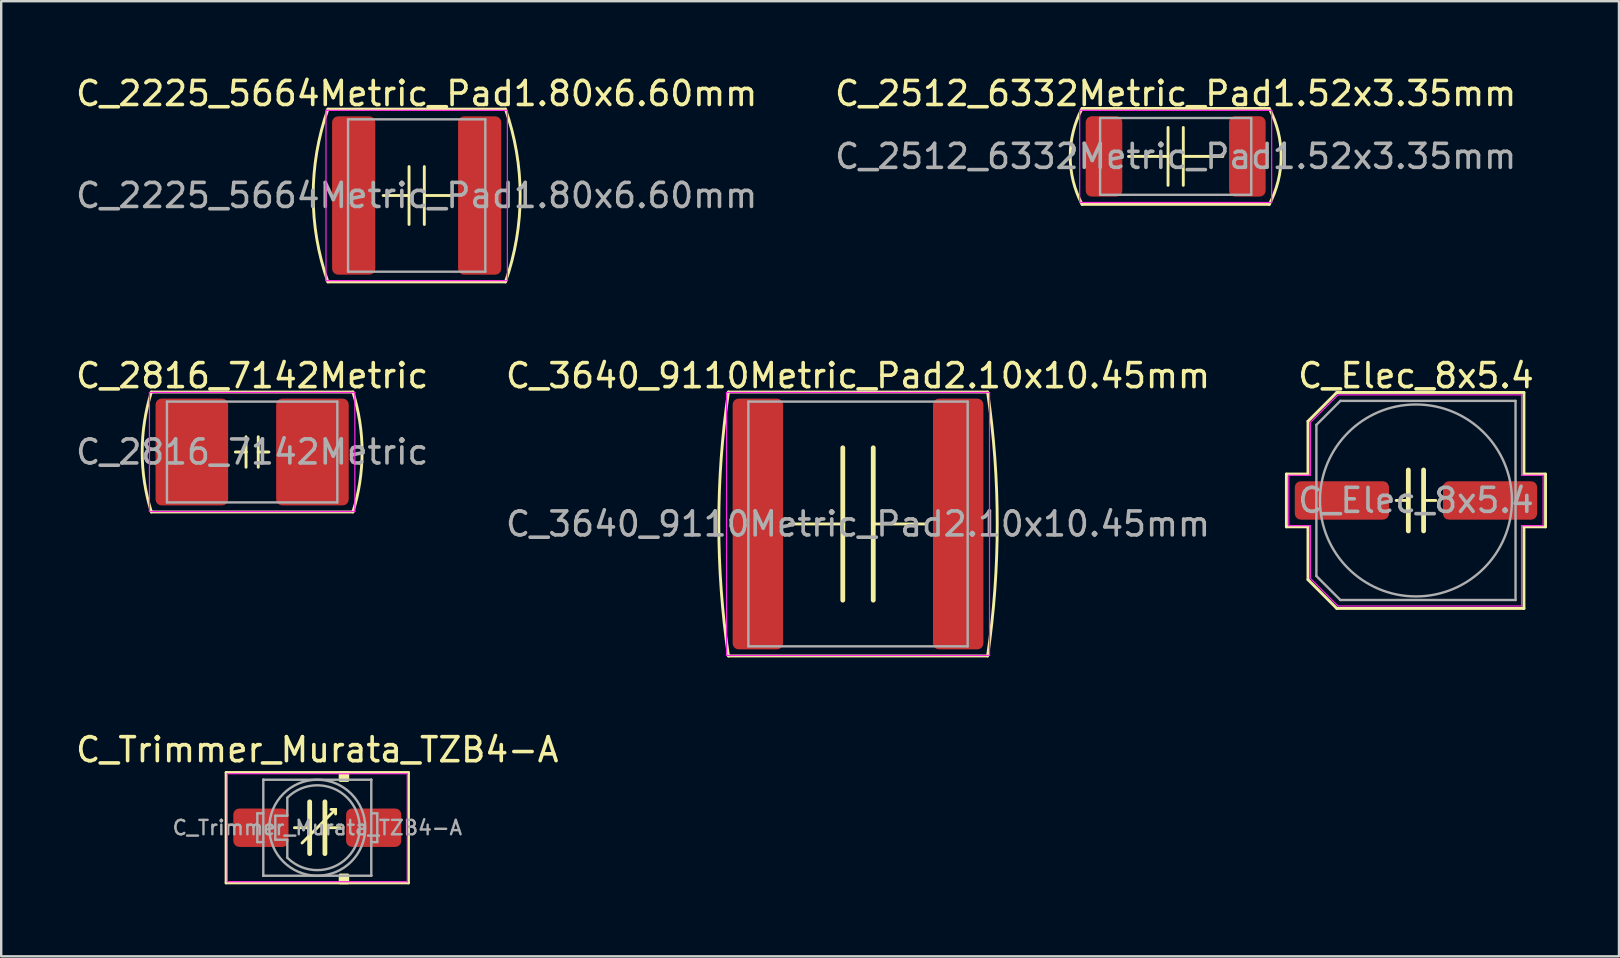
<source format=kicad_pcb>
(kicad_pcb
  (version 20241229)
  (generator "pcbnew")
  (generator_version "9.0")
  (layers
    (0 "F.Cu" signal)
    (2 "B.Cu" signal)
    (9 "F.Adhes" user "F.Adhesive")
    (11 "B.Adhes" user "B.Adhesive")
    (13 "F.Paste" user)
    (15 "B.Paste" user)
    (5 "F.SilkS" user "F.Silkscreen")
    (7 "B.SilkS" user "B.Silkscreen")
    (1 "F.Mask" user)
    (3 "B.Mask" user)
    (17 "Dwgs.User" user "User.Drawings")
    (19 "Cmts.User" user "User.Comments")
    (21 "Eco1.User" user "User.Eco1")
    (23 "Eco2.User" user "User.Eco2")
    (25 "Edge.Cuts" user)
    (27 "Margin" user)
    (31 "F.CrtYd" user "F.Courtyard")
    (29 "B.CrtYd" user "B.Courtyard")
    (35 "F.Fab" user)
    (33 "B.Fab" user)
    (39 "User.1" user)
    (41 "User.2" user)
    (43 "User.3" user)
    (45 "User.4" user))
  (footprint "C_Elec_8x5.4"
    (layer "F.Cu")
    (at 55.96 17.806)
    (property "Reference" "C_Elec_8x5.4" (at 0 -5.2 0) (layer "F.SilkS") (effects (font (size 1 1) (thickness 0.15))))
    (attr smd)
    (fp_line (start -5.4 -1.1) (end -5.4 1.1) (stroke (width 0.12) (type solid)) (layer "F.SilkS"))
    (fp_line (start -5.4 1.1) (end -4.5 1.1) (stroke (width 0.12) (type solid)) (layer "F.SilkS"))
    (fp_line (start -4.5 -3.3) (end -4.5 -1.1) (stroke (width 0.12) (type solid)) (layer "F.SilkS"))
    (fp_line (start -4.5 -1.1) (end -5.4 -1.1) (stroke (width 0.12) (type solid)) (layer "F.SilkS"))
    (fp_line (start -4.5 1.1) (end -4.5 3.3) (stroke (width 0.12) (type solid)) (layer "F.SilkS"))
    (fp_line (start -4.5 3.3) (end -3.3 4.5) (stroke (width 0.12) (type solid)) (layer "F.SilkS"))
    (fp_line (start -3.3 -4.5) (end -4.5 -3.3) (stroke (width 0.12) (type solid)) (layer "F.SilkS"))
    (fp_line (start -3.3 4.5) (end 4.5 4.5) (stroke (width 0.12) (type solid)) (layer "F.SilkS"))
    (fp_line (start -0.318 -1.27) (end -0.318 1.27) (stroke (width 0.2) (type solid)) (layer "F.SilkS"))
    (fp_line (start -0.318 0) (end -0.826 0) (stroke (width 0.12) (type solid)) (layer "F.SilkS"))
    (fp_line (start 0.318 -1.27) (end 0.318 1.27) (stroke (width 0.2) (type solid)) (layer "F.SilkS"))
    (fp_line (start 0.318 0) (end 0.826 0) (stroke (width 0.12) (type solid)) (layer "F.SilkS"))
    (fp_line (start 4.5 -4.5) (end -3.3 -4.5) (stroke (width 0.12) (type solid)) (layer "F.SilkS"))
    (fp_line (start 4.5 -1.1) (end 4.5 -4.5) (stroke (width 0.12) (type solid)) (layer "F.SilkS"))
    (fp_line (start 4.5 1.1) (end 5.4 1.1) (stroke (width 0.12) (type solid)) (layer "F.SilkS"))
    (fp_line (start 4.5 4.5) (end 4.5 1.1) (stroke (width 0.12) (type solid)) (layer "F.SilkS"))
    (fp_line (start 5.4 -1.1) (end 4.5 -1.1) (stroke (width 0.12) (type solid)) (layer "F.SilkS"))
    (fp_line (start 5.4 1.1) (end 5.4 -1.1) (stroke (width 0.12) (type solid)) (layer "F.SilkS"))
    (fp_line (start -5.3 -1.05) (end -5.3 1.05) (stroke (width 0.05) (type solid)) (layer "F.CrtYd"))
    (fp_line (start -5.3 1.05) (end -4.4 1.05) (stroke (width 0.05) (type solid)) (layer "F.CrtYd"))
    (fp_line (start -4.4 -3.25) (end -4.4 -1.05) (stroke (width 0.05) (type solid)) (layer "F.CrtYd"))
    (fp_line (start -4.4 -3.25) (end -3.25 -4.4) (stroke (width 0.05) (type solid)) (layer "F.CrtYd"))
    (fp_line (start -4.4 -1.05) (end -5.3 -1.05) (stroke (width 0.05) (type solid)) (layer "F.CrtYd"))
    (fp_line (start -4.4 1.05) (end -4.4 3.25) (stroke (width 0.05) (type solid)) (layer "F.CrtYd"))
    (fp_line (start -4.4 3.25) (end -3.25 4.4) (stroke (width 0.05) (type solid)) (layer "F.CrtYd"))
    (fp_line (start -3.25 -4.4) (end 4.4 -4.4) (stroke (width 0.05) (type solid)) (layer "F.CrtYd"))
    (fp_line (start -3.25 4.4) (end 4.4 4.4) (stroke (width 0.05) (type solid)) (layer "F.CrtYd"))
    (fp_line (start 4.4 -4.4) (end 4.4 -1.05) (stroke (width 0.05) (type solid)) (layer "F.CrtYd"))
    (fp_line (start 4.4 -1.05) (end 5.3 -1.05) (stroke (width 0.05) (type solid)) (layer "F.CrtYd"))
    (fp_line (start 4.4 1.05) (end 4.4 4.4) (stroke (width 0.05) (type solid)) (layer "F.CrtYd"))
    (fp_line (start 5.3 -1.05) (end 5.3 1.05) (stroke (width 0.05) (type solid)) (layer "F.CrtYd"))
    (fp_line (start 5.3 1.05) (end 4.4 1.05) (stroke (width 0.05) (type solid)) (layer "F.CrtYd"))
    (fp_line (start -4.15 -3.15) (end -4.15 3.15) (stroke (width 0.1) (type solid)) (layer "F.Fab"))
    (fp_line (start -4.15 -3.15) (end -3.15 -4.15) (stroke (width 0.1) (type solid)) (layer "F.Fab"))
    (fp_line (start -4.15 3.15) (end -3.15 4.15) (stroke (width 0.1) (type solid)) (layer "F.Fab"))
    (fp_line (start -3.15 -4.15) (end 4.15 -4.15) (stroke (width 0.1) (type solid)) (layer "F.Fab"))
    (fp_line (start -3.15 4.15) (end 4.15 4.15) (stroke (width 0.1) (type solid)) (layer "F.Fab"))
    (fp_line (start 4.15 -4.15) (end 4.15 4.15) (stroke (width 0.1) (type solid)) (layer "F.Fab"))
    (fp_circle (center 0 0) (end 4 0) (stroke (width 0.1) (type solid)) (fill no) (layer "F.Fab"))
    (fp_text user "${REFERENCE}" (at 0 0 0) (layer "F.Fab") (effects (font (size 1 1) (thickness 0.15))))
    (pad "1" smd roundrect (at -3.087 0) (size 3.925 1.6) (layers "F.Cu" "F.Mask" "F.Paste") (roundrect_rratio 0.156))
    (pad "2" smd roundrect (at 3.087 0) (size 3.925 1.6) (layers "F.Cu" "F.Mask" "F.Paste") (roundrect_rratio 0.156)))
  (footprint "C_2225_5664Metric_Pad1.80x6.60mm"
    (layer "F.Cu")
    (at 14.315 5.098)
    (property "Reference" "C_2225_5664Metric_Pad1.80x6.60mm" (at 0 -4.25 0) (layer "F.SilkS") (effects (font (size 1 1) (thickness 0.15))))
    (attr smd)
    (fp_line (start -3.7 3.6) (end 3.7 3.6) (stroke (width 0.12) (type solid)) (layer "F.SilkS"))
    (fp_line (start -0.318 -1.206) (end -0.318 1.206) (stroke (width 0.12) (type solid)) (layer "F.SilkS"))
    (fp_line (start -0.318 0) (end -1.397 0) (stroke (width 0.12) (type solid)) (layer "F.SilkS"))
    (fp_line (start 0.318 -1.206) (end 0.318 1.206) (stroke (width 0.12) (type solid)) (layer "F.SilkS"))
    (fp_line (start 0.318 0) (end 1.397 0) (stroke (width 0.12) (type solid)) (layer "F.SilkS"))
    (fp_line (start 3.7 -3.6) (end -3.7 -3.6) (stroke (width 0.12) (type solid)) (layer "F.SilkS"))
    (fp_arc (start -3.7 3.6) (mid -4.314017 0) (end -3.7 -3.6) (stroke (width 0.12) (type solid)) (layer "F.SilkS"))
    (fp_arc (start 3.7 -3.6) (mid 4.314017 0) (end 3.7 3.6) (stroke (width 0.12) (type solid)) (layer "F.SilkS"))
    (fp_line (start -3.78 -3.55) (end 3.78 -3.55) (stroke (width 0.05) (type solid)) (layer "F.CrtYd"))
    (fp_line (start -3.78 3.55) (end -3.78 -3.55) (stroke (width 0.05) (type solid)) (layer "F.CrtYd"))
    (fp_line (start 3.78 -3.55) (end 3.78 3.55) (stroke (width 0.05) (type solid)) (layer "F.CrtYd"))
    (fp_line (start 3.78 3.55) (end -3.78 3.55) (stroke (width 0.05) (type solid)) (layer "F.CrtYd"))
    (fp_line (start -2.86 -3.175) (end 2.86 -3.175) (stroke (width 0.1) (type solid)) (layer "F.Fab"))
    (fp_line (start -2.86 3.175) (end -2.86 -3.175) (stroke (width 0.1) (type solid)) (layer "F.Fab"))
    (fp_line (start 2.86 -3.175) (end 2.86 3.175) (stroke (width 0.1) (type solid)) (layer "F.Fab"))
    (fp_line (start 2.86 3.175) (end -2.86 3.175) (stroke (width 0.1) (type solid)) (layer "F.Fab"))
    (fp_text user "${REFERENCE}" (at 0 0 0) (layer "F.Fab") (effects (font (size 1 1) (thickness 0.15))))
    (pad "1" smd roundrect (at -2.625 0) (size 1.8 6.6) (layers "F.Cu" "F.Mask" "F.Paste") (roundrect_rratio 0.139))
    (pad "2" smd roundrect (at 2.625 0) (size 1.8 6.6) (layers "F.Cu" "F.Mask" "F.Paste") (roundrect_rratio 0.139)))
  (footprint "C_2512_6332Metric_Pad1.52x3.35mm"
    (layer "F.Cu")
    (at 45.946 3.468)
    (property "Reference" "C_2512_6332Metric_Pad1.52x3.35mm" (at 0 -2.62 0) (layer "F.SilkS") (effects (font (size 1 1) (thickness 0.15))))
    (attr smd)
    (fp_line (start -3.9 2) (end 3.9 2) (stroke (width 0.12) (type solid)) (layer "F.SilkS"))
    (fp_line (start -0.318 -1.206) (end -0.318 1.206) (stroke (width 0.12) (type solid)) (layer "F.SilkS"))
    (fp_line (start -0.318 0) (end -1.968 0) (stroke (width 0.12) (type solid)) (layer "F.SilkS"))
    (fp_line (start 0.318 -1.206) (end 0.318 1.206) (stroke (width 0.12) (type solid)) (layer "F.SilkS"))
    (fp_line (start 0.318 0) (end 1.968 0) (stroke (width 0.12) (type solid)) (layer "F.SilkS"))
    (fp_line (start 1.46 -2) (end -3.9 -2) (stroke (width 0.12) (type solid)) (layer "F.SilkS"))
    (fp_line (start 3.9 -2) (end 1.46 -2) (stroke (width 0.12) (type solid)) (layer "F.SilkS"))
    (fp_arc (start -3.9 2) (mid -4.395557 0) (end -3.9 -2) (stroke (width 0.12) (type solid)) (layer "F.SilkS"))
    (fp_arc (start 3.9 -2) (mid 4.395557 0) (end 3.9 2) (stroke (width 0.12) (type solid)) (layer "F.SilkS"))
    (fp_line (start -4 -1.92) (end 4 -1.92) (stroke (width 0.05) (type solid)) (layer "F.CrtYd"))
    (fp_line (start -4 1.92) (end -4 -1.92) (stroke (width 0.05) (type solid)) (layer "F.CrtYd"))
    (fp_line (start 4 -1.92) (end 4 1.92) (stroke (width 0.05) (type solid)) (layer "F.CrtYd"))
    (fp_line (start 4 1.92) (end -4 1.92) (stroke (width 0.05) (type solid)) (layer "F.CrtYd"))
    (fp_line (start -3.15 -1.6) (end 3.15 -1.6) (stroke (width 0.1) (type solid)) (layer "F.Fab"))
    (fp_line (start -3.15 1.6) (end -3.15 -1.6) (stroke (width 0.1) (type solid)) (layer "F.Fab"))
    (fp_line (start 3.15 -1.6) (end 3.15 1.6) (stroke (width 0.1) (type solid)) (layer "F.Fab"))
    (fp_line (start 3.15 1.6) (end -3.15 1.6) (stroke (width 0.1) (type solid)) (layer "F.Fab"))
    (fp_text user "${REFERENCE}" (at 0 0 0) (layer "F.Fab") (effects (font (size 1 1) (thickness 0.15))))
    (pad "1" smd roundrect (at -2.987 0) (size 1.525 3.35) (layers "F.Cu" "F.Mask" "F.Paste") (roundrect_rratio 0.164))
    (pad "2" smd roundrect (at 2.987 0) (size 1.525 3.35) (layers "F.Cu" "F.Mask" "F.Paste") (roundrect_rratio 0.164)))
  (footprint "C_Trimmer_Murata_TZB4-A"
    (layer "F.Cu")
    (at 10.173 31.445)
    (property "Reference" "C_Trimmer_Murata_TZB4-A" (at 0 -3.25 0) (layer "F.SilkS") (effects (font (size 1 1) (thickness 0.15))))
    (attr smd)
    (fp_line (start -3.8 -2.3) (end -3.8 2.3) (stroke (width 0.12) (type solid)) (layer "F.SilkS"))
    (fp_line (start -3.8 2.3) (end 3.8 2.3) (stroke (width 0.12) (type solid)) (layer "F.SilkS"))
    (fp_line (start -0.635 0.635) (end 0.762 -0.762) (stroke (width 0.12) (type solid)) (layer "F.SilkS"))
    (fp_line (start -0.318 -1.079) (end -0.318 1.079) (stroke (width 0.2) (type solid)) (layer "F.SilkS"))
    (fp_line (start -0.318 0) (end -0.953 0) (stroke (width 0.12) (type solid)) (layer "F.SilkS"))
    (fp_line (start 0.318 -1.079) (end 0.318 1.079) (stroke (width 0.2) (type solid)) (layer "F.SilkS"))
    (fp_line (start 0.762 -0.762) (end 0.572 -0.762) (stroke (width 0.12) (type solid)) (layer "F.SilkS"))
    (fp_line (start 0.762 -0.762) (end 0.762 -0.572) (stroke (width 0.12) (type solid)) (layer "F.SilkS"))
    (fp_line (start 0.953 0) (end 0.318 0) (stroke (width 0.12) (type solid)) (layer "F.SilkS"))
    (fp_line (start 3.8 -2.3) (end -3.8 -2.3) (stroke (width 0.12) (type solid)) (layer "F.SilkS"))
    (fp_line (start 3.8 2.3) (end 3.8 -2.3) (stroke (width 0.12) (type solid)) (layer "F.SilkS"))
    (fp_rect (start 0.953 -2.3) (end 1.27 -1.968) (stroke (width 0.12) (type solid)) (fill yes) (layer "F.SilkS"))
    (fp_rect (start 0.953 1.968) (end 1.27 2.3) (stroke (width 0.12) (type solid)) (fill yes) (layer "F.SilkS"))
    (fp_line (start -3.75 -2.25) (end -3.75 2.25) (stroke (width 0.05) (type solid)) (layer "F.CrtYd"))
    (fp_line (start -3.75 2.25) (end 3.75 2.25) (stroke (width 0.05) (type solid)) (layer "F.CrtYd"))
    (fp_line (start 3.75 -2.25) (end -3.75 -2.25) (stroke (width 0.05) (type solid)) (layer "F.CrtYd"))
    (fp_line (start 3.75 2.25) (end 3.75 -2.25) (stroke (width 0.05) (type solid)) (layer "F.CrtYd"))
    (fp_line (start -2.5 -0.6) (end -2.5 0.6) (stroke (width 0.1) (type solid)) (layer "F.Fab"))
    (fp_line (start -2.5 0.6) (end -2.25 0.6) (stroke (width 0.1) (type solid)) (layer "F.Fab"))
    (fp_line (start -2.25 -2) (end -2.24 -2) (stroke (width 0.1) (type solid)) (layer "F.Fab"))
    (fp_line (start -2.25 -1.99) (end -2.25 -2) (stroke (width 0.1) (type solid)) (layer "F.Fab"))
    (fp_line (start -2.25 -0.6) (end -2.5 -0.6) (stroke (width 0.1) (type solid)) (layer "F.Fab"))
    (fp_line (start -2.25 1.99) (end -2.25 -1.99) (stroke (width 0.1) (type solid)) (layer "F.Fab"))
    (fp_line (start -2.25 2) (end -2.25 1.99) (stroke (width 0.1) (type solid)) (layer "F.Fab"))
    (fp_line (start -2.24 -2) (end 2.24 -2) (stroke (width 0.1) (type solid)) (layer "F.Fab"))
    (fp_line (start -2.24 2) (end -2.25 2) (stroke (width 0.1) (type solid)) (layer "F.Fab"))
    (fp_line (start -1.75 -0.5) (end -1.75 0.5) (stroke (width 0.1) (type solid)) (layer "F.Fab"))
    (fp_line (start -1.75 -0.5) (end -1.25 -0.5) (stroke (width 0.1) (type solid)) (layer "F.Fab"))
    (fp_line (start -1.75 0.5) (end -1.25 0.5) (stroke (width 0.1) (type solid)) (layer "F.Fab"))
    (fp_line (start -1.25 -0.5) (end -1.25 -1.25) (stroke (width 0.1) (type solid)) (layer "F.Fab"))
    (fp_line (start -1.25 0.5) (end -1.25 1.25) (stroke (width 0.1) (type solid)) (layer "F.Fab"))
    (fp_line (start 2.24 -2) (end 2.25 -2) (stroke (width 0.1) (type solid)) (layer "F.Fab"))
    (fp_line (start 2.24 2) (end -2.24 2) (stroke (width 0.1) (type solid)) (layer "F.Fab"))
    (fp_line (start 2.25 -2) (end 2.25 -1.99) (stroke (width 0.1) (type solid)) (layer "F.Fab"))
    (fp_line (start 2.25 -1.99) (end 2.25 1.99) (stroke (width 0.1) (type solid)) (layer "F.Fab"))
    (fp_line (start 2.25 -0.6) (end 2.5 -0.6) (stroke (width 0.1) (type solid)) (layer "F.Fab"))
    (fp_line (start 2.25 1.99) (end 2.25 2) (stroke (width 0.1) (type solid)) (layer "F.Fab"))
    (fp_line (start 2.25 2) (end 2.24 2) (stroke (width 0.1) (type solid)) (layer "F.Fab"))
    (fp_line (start 2.5 -0.6) (end 2.5 0.6) (stroke (width 0.1) (type solid)) (layer "F.Fab"))
    (fp_line (start 2.5 0.6) (end 2.25 0.6) (stroke (width 0.1) (type solid)) (layer "F.Fab"))
    (fp_arc (start -1.249999 -1.249999) (mid 1.767766 0) (end -1.249999 1.249999) (stroke (width 0.1) (type solid)) (layer "F.Fab"))
    (fp_circle (center 0 0) (end 2 0) (stroke (width 0.1) (type solid)) (fill no) (layer "F.Fab"))
    (fp_text user "${REFERENCE}" (at 0 0 0) (layer "F.Fab") (effects (font (size 0.6 0.6) (thickness 0.1))))
    (pad "1" smd roundrect (at -2.35 0) (size 2.3 1.6) (layers "F.Cu" "F.Mask" "F.Paste") (roundrect_rratio 0.156))
    (pad "2" smd roundrect (at 2.35 0) (size 2.3 1.6) (layers "F.Cu" "F.Mask" "F.Paste") (roundrect_rratio 0.156)))
  (footprint "C_2816_7142Metric"
    (layer "F.Cu")
    (at 7.458 15.787)
    (property "Reference" "C_2816_7142Metric" (at 0 -3.18 0) (layer "F.SilkS") (effects (font (size 1 1) (thickness 0.15))))
    (attr smd)
    (fp_line (start -4.2 2.5) (end 4.2 2.5) (stroke (width 0.12) (type solid)) (layer "F.SilkS"))
    (fp_line (start -0.699 0) (end -0.254 0) (stroke (width 0.12) (type solid)) (layer "F.SilkS"))
    (fp_line (start -0.254 -0.635) (end -0.254 0) (stroke (width 0.12) (type solid)) (layer "F.SilkS"))
    (fp_line (start -0.254 0) (end -0.254 0.635) (stroke (width 0.12) (type solid)) (layer "F.SilkS"))
    (fp_line (start 0.254 -0.635) (end 0.254 0) (stroke (width 0.12) (type solid)) (layer "F.SilkS"))
    (fp_line (start 0.254 0) (end 0.254 0.635) (stroke (width 0.12) (type solid)) (layer "F.SilkS"))
    (fp_line (start 0.254 0) (end 0.699 0) (stroke (width 0.12) (type solid)) (layer "F.SilkS"))
    (fp_line (start 4.2 -2.5) (end -4.2 -2.5) (stroke (width 0.12) (type solid)) (layer "F.SilkS"))
    (fp_arc (start -4.2 2.5) (mid -4.582223 0) (end -4.2 -2.5) (stroke (width 0.12) (type solid)) (layer "F.SilkS"))
    (fp_arc (start 4.2 -2.5) (mid 4.582223 0) (end 4.2 2.5) (stroke (width 0.12) (type solid)) (layer "F.SilkS"))
    (fp_line (start -4.28 -2.48) (end 4.28 -2.48) (stroke (width 0.05) (type solid)) (layer "F.CrtYd"))
    (fp_line (start -4.28 2.48) (end -4.28 -2.48) (stroke (width 0.05) (type solid)) (layer "F.CrtYd"))
    (fp_line (start 4.28 -2.48) (end 4.28 2.48) (stroke (width 0.05) (type solid)) (layer "F.CrtYd"))
    (fp_line (start 4.28 2.48) (end -4.28 2.48) (stroke (width 0.05) (type solid)) (layer "F.CrtYd"))
    (fp_line (start -3.55 -2.1) (end 3.55 -2.1) (stroke (width 0.1) (type solid)) (layer "F.Fab"))
    (fp_line (start -3.55 2.1) (end -3.55 -2.1) (stroke (width 0.1) (type solid)) (layer "F.Fab"))
    (fp_line (start 3.55 -2.1) (end 3.55 2.1) (stroke (width 0.1) (type solid)) (layer "F.Fab"))
    (fp_line (start 3.55 2.1) (end -3.55 2.1) (stroke (width 0.1) (type solid)) (layer "F.Fab"))
    (fp_text user "${REFERENCE}" (at 0 0 0) (layer "F.Fab") (effects (font (size 1 1) (thickness 0.15))))
    (pad "1" smd roundrect (at -2.513 0) (size 3.025 4.45) (layers "F.Cu" "F.Mask" "F.Paste") (roundrect_rratio 0.083))
    (pad "2" smd roundrect (at 2.513 0) (size 3.025 4.45) (layers "F.Cu" "F.Mask" "F.Paste") (roundrect_rratio 0.083)))
  (footprint "C_3640_9110Metric_Pad2.10x10.45mm"
    (layer "F.Cu")
    (at 32.708 18.787)
    (property "Reference" "C_3640_9110Metric_Pad2.10x10.45mm" (at 0 -6.18 0) (layer "F.SilkS") (effects (font (size 1 1) (thickness 0.15))))
    (attr smd)
    (fp_line (start -5.4 5.5) (end 5.4 5.5) (stroke (width 0.12) (type solid)) (layer "F.SilkS"))
    (fp_line (start -0.635 -3.175) (end -0.635 0) (stroke (width 0.2) (type solid)) (layer "F.SilkS"))
    (fp_line (start -0.635 0) (end -2.857 0) (stroke (width 0.12) (type solid)) (layer "F.SilkS"))
    (fp_line (start -0.635 3.175) (end -0.635 0) (stroke (width 0.2) (type solid)) (layer "F.SilkS"))
    (fp_line (start 0.635 -3.175) (end 0.635 0) (stroke (width 0.2) (type solid)) (layer "F.SilkS"))
    (fp_line (start 0.635 0) (end 2.857 0) (stroke (width 0.12) (type solid)) (layer "F.SilkS"))
    (fp_line (start 0.635 3.175) (end 0.635 0) (stroke (width 0.2) (type solid)) (layer "F.SilkS"))
    (fp_line (start 5.4 -5.5) (end -5.4 -5.5) (stroke (width 0.12) (type solid)) (layer "F.SilkS"))
    (fp_arc (start -5.4 5.5) (mid -5.801533 0) (end -5.4 -5.5) (stroke (width 0.12) (type solid)) (layer "F.SilkS"))
    (fp_arc (start 5.4 -5.5) (mid 5.801533 0) (end 5.4 5.5) (stroke (width 0.12) (type solid)) (layer "F.SilkS"))
    (fp_line (start -5.48 -5.48) (end 5.48 -5.48) (stroke (width 0.05) (type solid)) (layer "F.CrtYd"))
    (fp_line (start -5.48 5.48) (end -5.48 -5.48) (stroke (width 0.05) (type solid)) (layer "F.CrtYd"))
    (fp_line (start 5.48 -5.48) (end 5.48 5.48) (stroke (width 0.05) (type solid)) (layer "F.CrtYd"))
    (fp_line (start 5.48 5.48) (end -5.48 5.48) (stroke (width 0.05) (type solid)) (layer "F.CrtYd"))
    (fp_line (start -4.57 -5.1) (end 4.57 -5.1) (stroke (width 0.1) (type solid)) (layer "F.Fab"))
    (fp_line (start -4.57 5.1) (end -4.57 -5.1) (stroke (width 0.1) (type solid)) (layer "F.Fab"))
    (fp_line (start 4.57 -5.1) (end 4.57 5.1) (stroke (width 0.1) (type solid)) (layer "F.Fab"))
    (fp_line (start 4.57 5.1) (end -4.57 5.1) (stroke (width 0.1) (type solid)) (layer "F.Fab"))
    (fp_text user "${REFERENCE}" (at 0 0 0) (layer "F.Fab") (effects (font (size 1 1) (thickness 0.15))))
    (pad "1" smd roundrect (at -4.175 0) (size 2.1 10.45) (layers "F.Cu" "F.Mask" "F.Paste") (roundrect_rratio 0.119))
    (pad "2" smd roundrect (at 4.175 0) (size 2.1 10.45) (layers "F.Cu" "F.Mask" "F.Paste") (roundrect_rratio 0.119)))
  (gr_rect
    (start -3 -3)
    (end 64.42 36.805)
    (stroke (width 0.1) (type default))
    (fill no)
    (layer "Edge.Cuts")))
</source>
